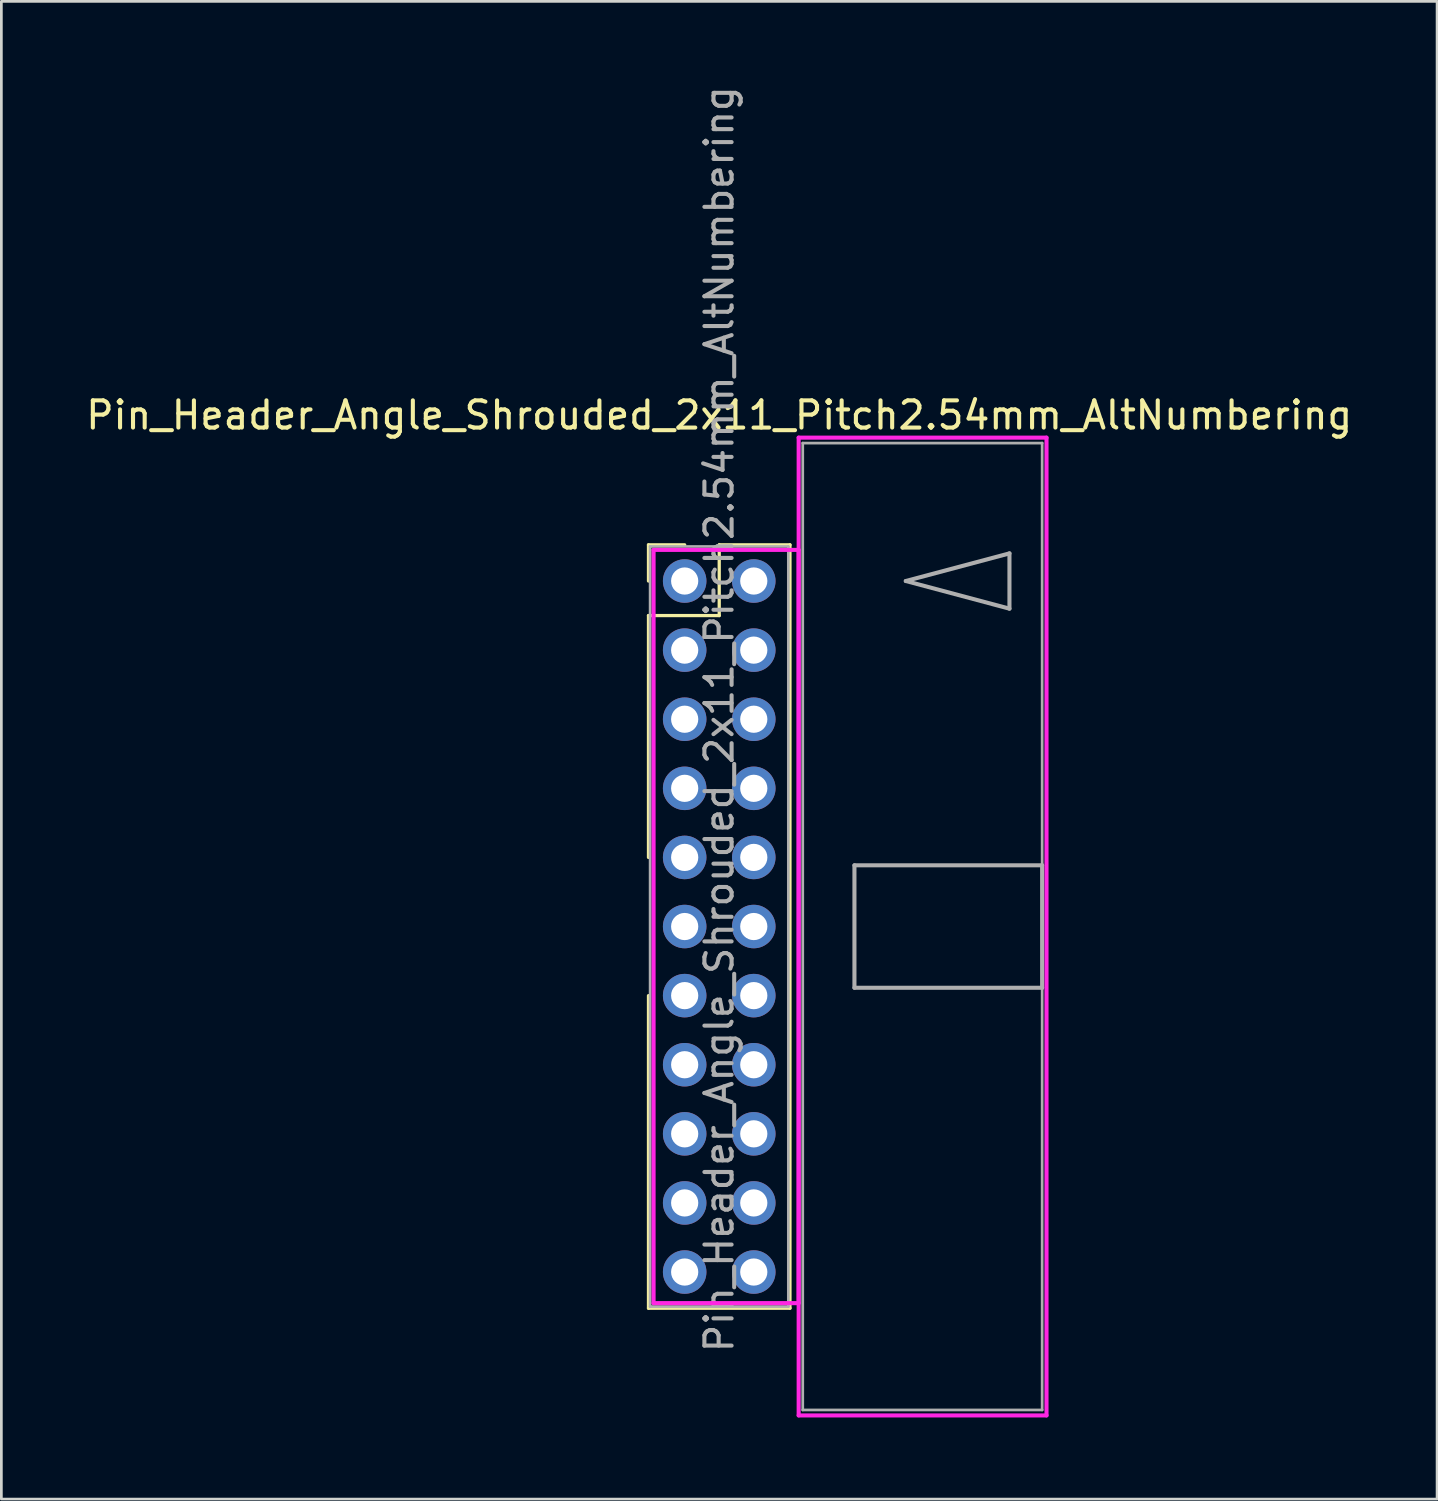
<source format=kicad_pcb>
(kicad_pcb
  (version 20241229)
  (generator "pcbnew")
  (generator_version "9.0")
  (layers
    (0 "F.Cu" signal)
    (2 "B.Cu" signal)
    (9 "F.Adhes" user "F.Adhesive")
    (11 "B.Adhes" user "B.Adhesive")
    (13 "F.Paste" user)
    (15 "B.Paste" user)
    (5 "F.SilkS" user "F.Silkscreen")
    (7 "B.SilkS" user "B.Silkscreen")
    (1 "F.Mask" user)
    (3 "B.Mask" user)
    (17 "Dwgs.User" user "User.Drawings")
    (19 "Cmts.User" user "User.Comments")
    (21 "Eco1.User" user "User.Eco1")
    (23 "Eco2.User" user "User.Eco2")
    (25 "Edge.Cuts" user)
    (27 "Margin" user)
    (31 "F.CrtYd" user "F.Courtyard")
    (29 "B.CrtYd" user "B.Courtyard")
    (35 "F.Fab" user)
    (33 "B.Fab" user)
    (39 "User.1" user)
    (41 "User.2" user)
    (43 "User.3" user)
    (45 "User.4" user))
  (footprint "Pin_Header_Angle_Shrouded_2x11_Pitch2.54mm_AltNumbering"
    (layer "F.Cu")
    (at 22.117 18.307)
    (property "Reference" "Pin_Header_Angle_Shrouded_2x11_Pitch2.54mm_AltNumbering" (at 1.27 -6.096 0) (layer "F.SilkS") (effects (font (size 1 1) (thickness 0.15))))
    (attr through_hole)
    (fp_line (start -1.33 -1.33) (end 0 -1.33) (stroke (width 0.12) (type solid)) (layer "F.SilkS"))
    (fp_line (start -1.33 0) (end -1.33 -1.33) (stroke (width 0.12) (type solid)) (layer "F.SilkS"))
    (fp_line (start -1.33 1.27) (end -1.33 10.16) (stroke (width 0.12) (type solid)) (layer "F.SilkS"))
    (fp_line (start -1.33 1.27) (end 1.27 1.27) (stroke (width 0.12) (type solid)) (layer "F.SilkS"))
    (fp_line (start -1.33 15.24) (end -1.33 26.73) (stroke (width 0.12) (type solid)) (layer "F.SilkS"))
    (fp_line (start -1.33 26.73) (end 3.87 26.73) (stroke (width 0.12) (type solid)) (layer "F.SilkS"))
    (fp_line (start 1.27 -1.33) (end 3.87 -1.33) (stroke (width 0.12) (type solid)) (layer "F.SilkS"))
    (fp_line (start 1.27 1.27) (end 1.27 -1.33) (stroke (width 0.12) (type solid)) (layer "F.SilkS"))
    (fp_line (start 3.87 -1.33) (end 3.87 26.73) (stroke (width 0.12) (type solid)) (layer "F.SilkS"))
    (fp_line (start -1.143 -1.143) (end -1.143 26.543) (stroke (width 0.15) (type solid)) (layer "F.CrtYd"))
    (fp_line (start -1.143 26.543) (end 4.19 26.543) (stroke (width 0.15) (type solid)) (layer "F.CrtYd"))
    (fp_line (start 4.19 -5.27) (end 4.19 30.67) (stroke (width 0.15) (type solid)) (layer "F.CrtYd"))
    (fp_line (start 4.19 -1.143) (end -1.143 -1.143) (stroke (width 0.15) (type solid)) (layer "F.CrtYd"))
    (fp_line (start 4.19 26.543) (end 4.19 -1.143) (stroke (width 0.15) (type solid)) (layer "F.CrtYd"))
    (fp_line (start 4.19 30.67) (end 13.3 30.67) (stroke (width 0.15) (type solid)) (layer "F.CrtYd"))
    (fp_line (start 13.3 -5.27) (end 4.19 -5.27) (stroke (width 0.15) (type solid)) (layer "F.CrtYd"))
    (fp_line (start 13.3 30.67) (end 13.3 -5.27) (stroke (width 0.15) (type solid)) (layer "F.CrtYd"))
    (fp_line (start -1.27 -1.27) (end -1.27 26.67) (stroke (width 0.1) (type solid)) (layer "F.Fab"))
    (fp_line (start -1.27 26.67) (end 3.81 26.67) (stroke (width 0.1) (type solid)) (layer "F.Fab"))
    (fp_line (start 3.81 -1.27) (end -1.27 -1.27) (stroke (width 0.1) (type solid)) (layer "F.Fab"))
    (fp_line (start 3.81 26.67) (end 3.81 -1.27) (stroke (width 0.1) (type solid)) (layer "F.Fab"))
    (fp_line (start 4.34 -5.07) (end 4.34 30.47) (stroke (width 0.1) (type solid)) (layer "F.Fab"))
    (fp_line (start 4.34 30.47) (end 13.14 30.47) (stroke (width 0.1) (type solid)) (layer "F.Fab"))
    (fp_line (start 6.24 10.45) (end 6.24 14.95) (stroke (width 0.15) (type solid)) (layer "F.Fab"))
    (fp_line (start 6.24 14.95) (end 13.14 14.95) (stroke (width 0.15) (type solid)) (layer "F.Fab"))
    (fp_line (start 8.128 0) (end 11.938 -1.016) (stroke (width 0.15) (type solid)) (layer "F.Fab"))
    (fp_line (start 11.938 -1.016) (end 11.938 1.016) (stroke (width 0.15) (type solid)) (layer "F.Fab"))
    (fp_line (start 11.938 1.016) (end 8.128 0) (stroke (width 0.15) (type solid)) (layer "F.Fab"))
    (fp_line (start 13.14 -5.07) (end 4.34 -5.07) (stroke (width 0.1) (type solid)) (layer "F.Fab"))
    (fp_line (start 13.14 10.45) (end 6.24 10.45) (stroke (width 0.15) (type solid)) (layer "F.Fab"))
    (fp_line (start 13.14 14.95) (end 13.14 10.45) (stroke (width 0.15) (type solid)) (layer "F.Fab"))
    (fp_line (start 13.14 30.47) (end 13.14 -5.07) (stroke (width 0.1) (type solid)) (layer "F.Fab"))
    (fp_text user "${REFERENCE}" (at 1.27 5.08 90) (layer "F.Fab") (effects (font (size 1 1) (thickness 0.15))))
    (pad "1" thru_hole oval (at 0 0) (size 1.6 1.6) (drill 1) (layers "*.Cu" "*.Mask"))
    (pad "2" thru_hole oval (at 0 2.54) (size 1.6 1.6) (drill 1) (layers "*.Cu" "*.Mask"))
    (pad "3" thru_hole oval (at 0 5.08) (size 1.6 1.6) (drill 1) (layers "*.Cu" "*.Mask"))
    (pad "4" thru_hole oval (at 0 7.62) (size 1.6 1.6) (drill 1) (layers "*.Cu" "*.Mask"))
    (pad "5" thru_hole oval (at 0 10.16) (size 1.6 1.6) (drill 1) (layers "*.Cu" "*.Mask"))
    (pad "6" thru_hole oval (at 0 12.7) (size 1.6 1.6) (drill 1) (layers "*.Cu" "*.Mask"))
    (pad "7" thru_hole oval (at 0 15.24) (size 1.6 1.6) (drill 1) (layers "*.Cu" "*.Mask"))
    (pad "8" thru_hole oval (at 0 17.78) (size 1.6 1.6) (drill 1) (layers "*.Cu" "*.Mask"))
    (pad "9" thru_hole oval (at 0 20.32) (size 1.6 1.6) (drill 1) (layers "*.Cu" "*.Mask"))
    (pad "10" thru_hole oval (at 0 22.86) (size 1.6 1.6) (drill 1) (layers "*.Cu" "*.Mask"))
    (pad "11" thru_hole oval (at 0 25.4) (size 1.6 1.6) (drill 1) (layers "*.Cu" "*.Mask"))
    (pad "12" thru_hole oval (at 2.54 0) (size 1.6 1.6) (drill 1) (layers "*.Cu" "*.Mask"))
    (pad "13" thru_hole oval (at 2.54 2.54) (size 1.6 1.6) (drill 1) (layers "*.Cu" "*.Mask"))
    (pad "14" thru_hole oval (at 2.54 5.08) (size 1.6 1.6) (drill 1) (layers "*.Cu" "*.Mask"))
    (pad "15" thru_hole oval (at 2.54 7.62) (size 1.6 1.6) (drill 1) (layers "*.Cu" "*.Mask"))
    (pad "16" thru_hole oval (at 2.54 10.16) (size 1.6 1.6) (drill 1) (layers "*.Cu" "*.Mask"))
    (pad "17" thru_hole oval (at 2.54 12.7) (size 1.6 1.6) (drill 1) (layers "*.Cu" "*.Mask"))
    (pad "18" thru_hole oval (at 2.54 15.24) (size 1.6 1.6) (drill 1) (layers "*.Cu" "*.Mask"))
    (pad "19" thru_hole oval (at 2.54 17.78) (size 1.6 1.6) (drill 1) (layers "*.Cu" "*.Mask"))
    (pad "20" thru_hole oval (at 2.54 20.32) (size 1.6 1.6) (drill 1) (layers "*.Cu" "*.Mask"))
    (pad "21" thru_hole oval (at 2.54 22.86) (size 1.6 1.6) (drill 1) (layers "*.Cu" "*.Mask"))
    (pad "22" thru_hole oval (at 2.54 25.4) (size 1.6 1.6) (drill 1) (layers "*.Cu" "*.Mask")))
  (gr_rect
    (start -3 -3)
    (end 49.774 52.052)
    (stroke (width 0.1) (type default))
    (fill no)
    (layer "Edge.Cuts")))
</source>
